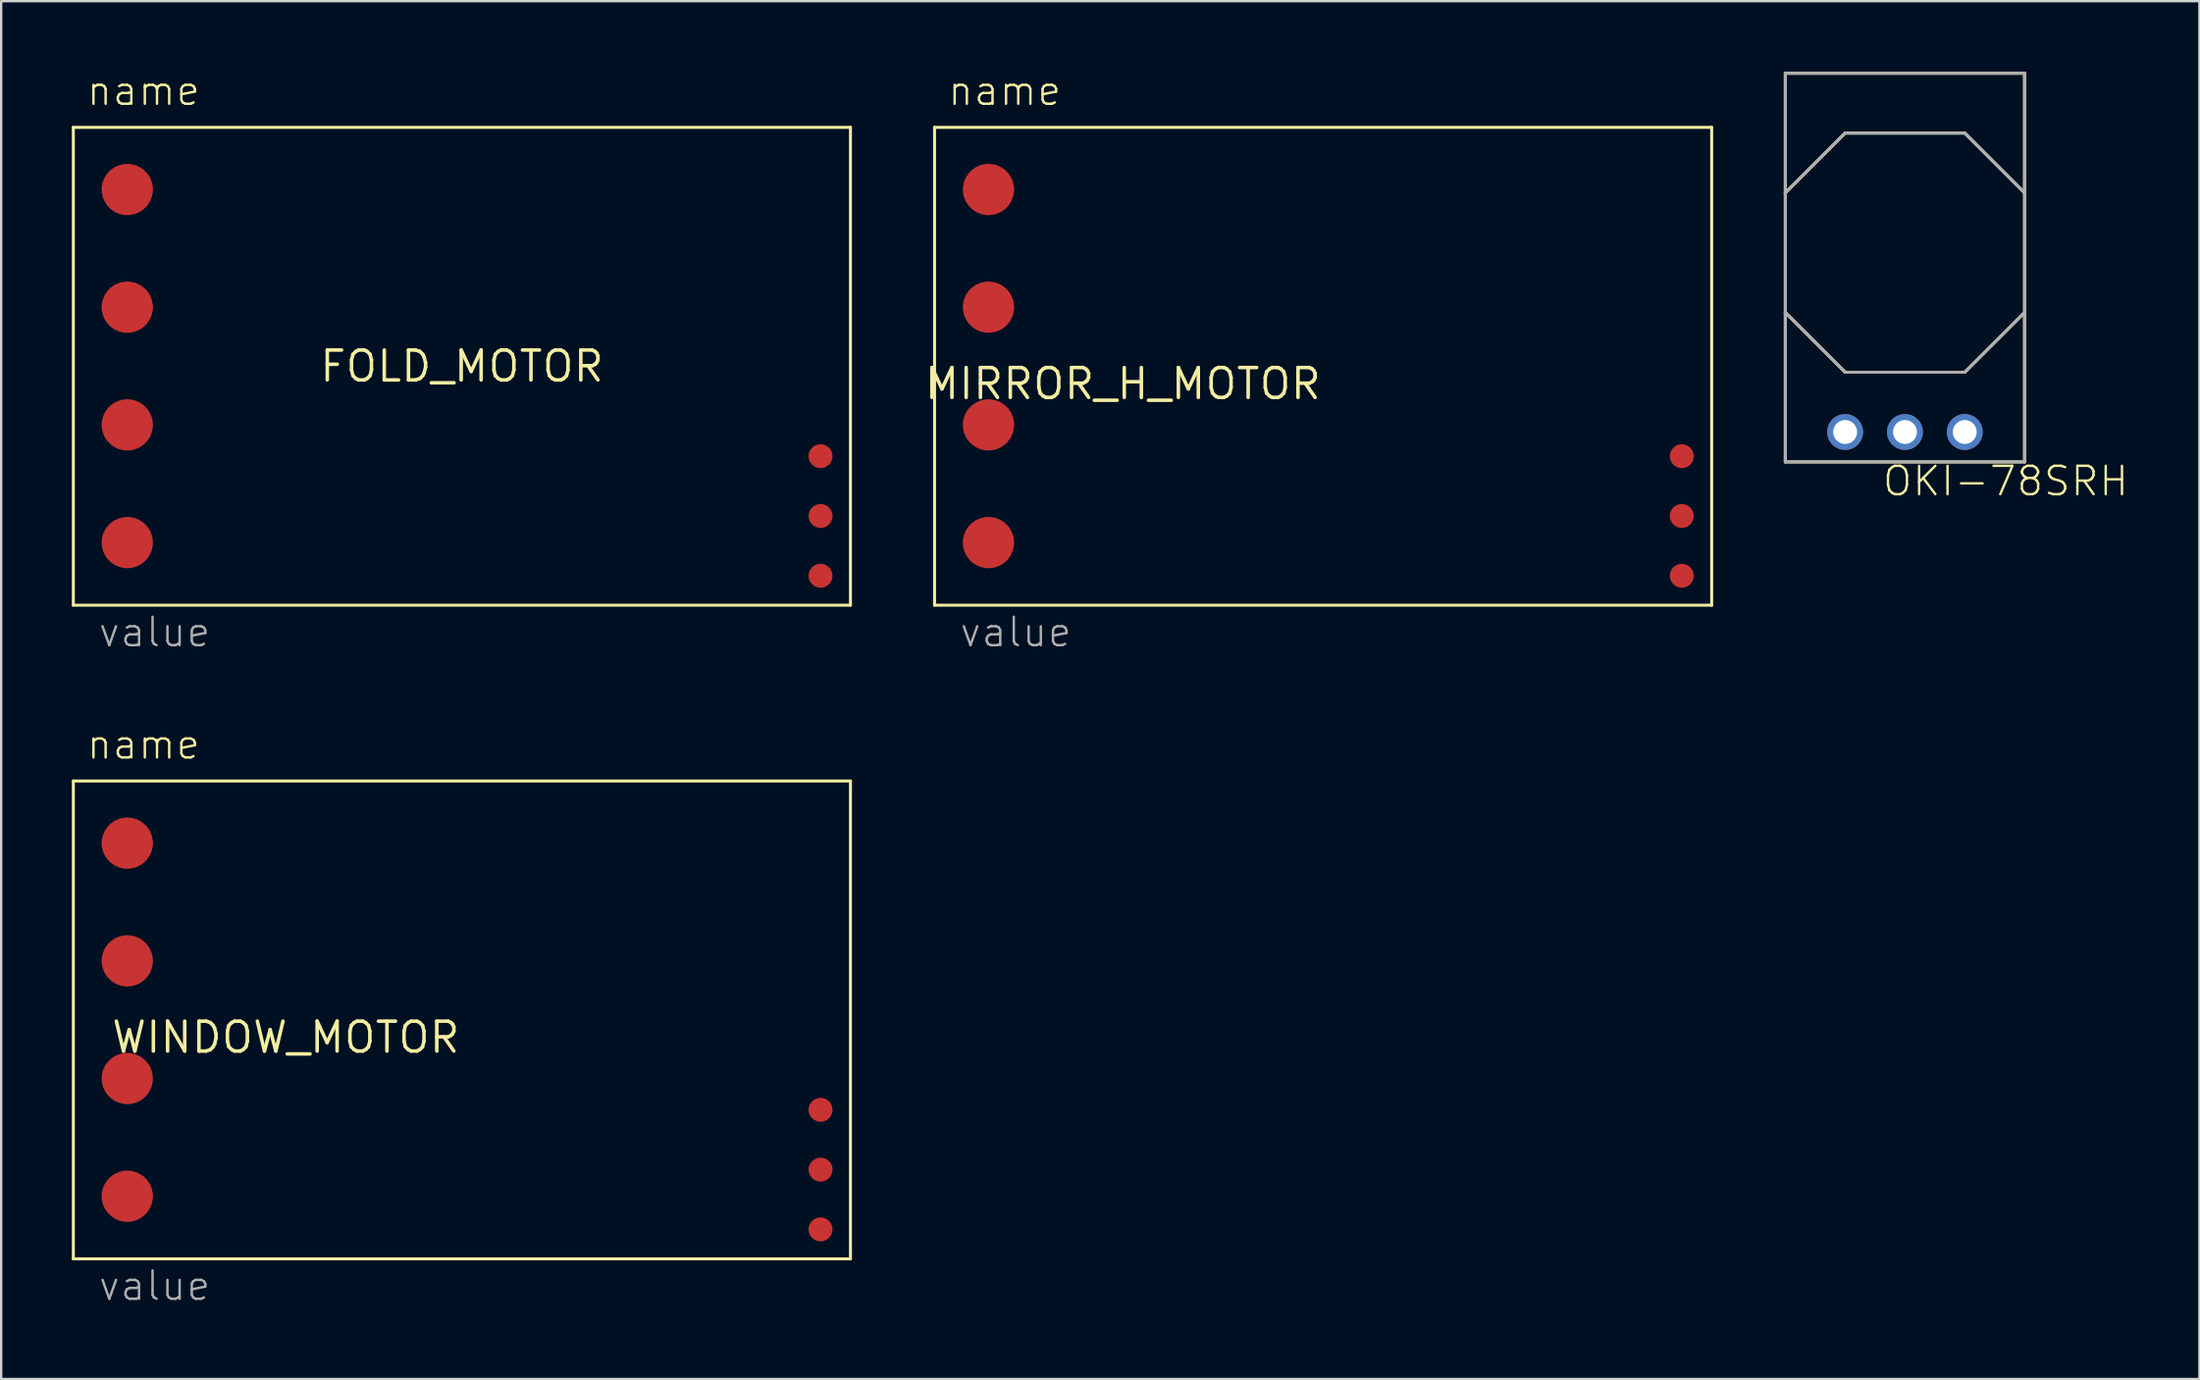
<source format=kicad_pcb>
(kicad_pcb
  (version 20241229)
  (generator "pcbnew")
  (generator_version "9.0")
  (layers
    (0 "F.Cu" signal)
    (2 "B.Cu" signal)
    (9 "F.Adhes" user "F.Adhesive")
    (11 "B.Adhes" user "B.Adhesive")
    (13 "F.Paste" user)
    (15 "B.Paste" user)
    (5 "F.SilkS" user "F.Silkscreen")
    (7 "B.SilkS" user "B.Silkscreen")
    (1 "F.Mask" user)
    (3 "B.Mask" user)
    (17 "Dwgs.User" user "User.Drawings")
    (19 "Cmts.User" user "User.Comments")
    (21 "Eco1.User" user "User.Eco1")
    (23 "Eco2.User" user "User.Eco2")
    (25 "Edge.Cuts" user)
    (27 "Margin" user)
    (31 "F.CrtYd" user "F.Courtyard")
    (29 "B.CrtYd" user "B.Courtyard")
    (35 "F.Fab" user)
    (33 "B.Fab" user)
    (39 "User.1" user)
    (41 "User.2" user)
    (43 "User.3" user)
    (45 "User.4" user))
  (footprint "WINDOW_MOTOR"
    (layer "F.Cu")
    (at 16.564 40.28)
    (property "Reference" "WINDOW_MOTOR" (at 0 0 0) (layer "F.SilkS") (effects (font (size 1.27 1.27) (thickness 0.15)) (justify right top)))
    (attr through_hole)
    (fp_line (start -16.5 -10.15) (end 16.5 -10.15) (stroke (width 0.127) (type solid)) (layer "F.SilkS"))
    (fp_line (start -16.5 10.15) (end -16.5 -10.15) (stroke (width 0.127) (type solid)) (layer "F.SilkS"))
    (fp_line (start 16.5 -10.15) (end 16.5 10.15) (stroke (width 0.127) (type solid)) (layer "F.SilkS"))
    (fp_line (start 16.5 10.15) (end -16.5 10.15) (stroke (width 0.127) (type solid)) (layer "F.SilkS"))
    (fp_text user "name" (at -16 -11 0) (layer "F.SilkS") (effects (font (size 1.206 1.206) (thickness 0.102)) (justify left bottom)))
    (fp_text user "value" (at -15.5 12 0) (layer "F.Fab") (effects (font (size 1.206 1.206) (thickness 0.102)) (justify left bottom)))
    (pad "DIR" smd roundrect (at 15.23 6.36) (size 1.02 1.02) (layers "F.Cu" "F.Mask" "F.Paste") (roundrect_rratio 0.5))
    (pad "GND" smd roundrect (at -14.21 7.49) (size 2.18 2.18) (layers "F.Cu" "F.Mask" "F.Paste") (roundrect_rratio 0.5))
    (pad "LGND" smd roundrect (at 15.23 8.9) (size 1.02 1.02) (layers "F.Cu" "F.Mask" "F.Paste") (roundrect_rratio 0.5))
    (pad "OUTA" smd roundrect (at -14.21 -2.51) (size 2.18 2.18) (layers "F.Cu" "F.Mask" "F.Paste") (roundrect_rratio 0.5))
    (pad "OUTB" smd roundrect (at -14.21 2.49) (size 2.18 2.18) (layers "F.Cu" "F.Mask" "F.Paste") (roundrect_rratio 0.5))
    (pad "PWM" smd roundrect (at 15.23 3.82) (size 1.02 1.02) (layers "F.Cu" "F.Mask" "F.Paste") (roundrect_rratio 0.5))
    (pad "VIN" smd roundrect (at -14.21 -7.51) (size 2.18 2.18) (layers "F.Cu" "F.Mask" "F.Paste") (roundrect_rratio 0.5)))
  (footprint "OKI-78SRH"
    (layer "F.Cu")
    (at 77.842 15.303)
    (property "Reference" "OKI-78SRH" (at -1.016 2.794 0) (layer "F.SilkS") (effects (font (size 1.206 1.206) (thickness 0.102)) (justify left bottom)))
    (attr through_hole)
    (fp_line (start -5.08 -15.24) (end 5.08 -15.24) (stroke (width 0.127) (type solid)) (layer "F.SilkS"))
    (fp_line (start -5.08 -10.16) (end -5.08 -15.24) (stroke (width 0.127) (type solid)) (layer "F.SilkS"))
    (fp_line (start -5.08 -10.16) (end -2.54 -12.7) (stroke (width 0.127) (type solid)) (layer "F.SilkS"))
    (fp_line (start -5.08 -5.08) (end -5.08 -10.16) (stroke (width 0.127) (type solid)) (layer "F.SilkS"))
    (fp_line (start -5.08 1.27) (end -5.08 -5.08) (stroke (width 0.127) (type solid)) (layer "F.SilkS"))
    (fp_line (start -2.54 -12.7) (end 2.54 -12.7) (stroke (width 0.127) (type solid)) (layer "F.SilkS"))
    (fp_line (start -2.54 -2.54) (end -5.08 -5.08) (stroke (width 0.127) (type solid)) (layer "F.SilkS"))
    (fp_line (start 2.54 -12.7) (end 5.08 -10.16) (stroke (width 0.127) (type solid)) (layer "F.SilkS"))
    (fp_line (start 2.54 -2.54) (end -2.54 -2.54) (stroke (width 0.127) (type solid)) (layer "F.SilkS"))
    (fp_line (start 5.08 -15.24) (end 5.08 -10.16) (stroke (width 0.127) (type solid)) (layer "F.SilkS"))
    (fp_line (start 5.08 -10.16) (end 5.08 -5.08) (stroke (width 0.127) (type solid)) (layer "F.SilkS"))
    (fp_line (start 5.08 -5.08) (end 2.54 -2.54) (stroke (width 0.127) (type solid)) (layer "F.SilkS"))
    (fp_line (start 5.08 -5.08) (end 5.08 1.27) (stroke (width 0.127) (type solid)) (layer "F.SilkS"))
    (fp_line (start 5.08 1.27) (end -5.08 1.27) (stroke (width 0.127) (type solid)) (layer "F.SilkS"))
    (fp_line (start -5.08 -15.24) (end -5.08 -10.16) (stroke (width 0.127) (type solid)) (layer "F.Fab"))
    (fp_line (start -5.08 -10.16) (end -5.08 -5.08) (stroke (width 0.127) (type solid)) (layer "F.Fab"))
    (fp_line (start -5.08 -10.16) (end -2.54 -12.7) (stroke (width 0.127) (type solid)) (layer "F.Fab"))
    (fp_line (start -5.08 -5.08) (end -5.08 1.27) (stroke (width 0.127) (type solid)) (layer "F.Fab"))
    (fp_line (start -5.08 1.27) (end 5.08 1.27) (stroke (width 0.127) (type solid)) (layer "F.Fab"))
    (fp_line (start -2.54 -12.7) (end 2.54 -12.7) (stroke (width 0.127) (type solid)) (layer "F.Fab"))
    (fp_line (start -2.54 -2.54) (end -5.08 -5.08) (stroke (width 0.127) (type solid)) (layer "F.Fab"))
    (fp_line (start 2.54 -12.7) (end 5.08 -10.16) (stroke (width 0.127) (type solid)) (layer "F.Fab"))
    (fp_line (start 2.54 -2.54) (end -2.54 -2.54) (stroke (width 0.127) (type solid)) (layer "F.Fab"))
    (fp_line (start 5.08 -15.24) (end -5.08 -15.24) (stroke (width 0.127) (type solid)) (layer "F.Fab"))
    (fp_line (start 5.08 -10.16) (end 5.08 -15.24) (stroke (width 0.127) (type solid)) (layer "F.Fab"))
    (fp_line (start 5.08 -10.16) (end 5.08 -5.08) (stroke (width 0.127) (type solid)) (layer "F.Fab"))
    (fp_line (start 5.08 -5.08) (end 2.54 -2.54) (stroke (width 0.127) (type solid)) (layer "F.Fab"))
    (fp_line (start 5.08 1.27) (end 5.08 -5.08) (stroke (width 0.127) (type solid)) (layer "F.Fab"))
    (pad "1" thru_hole circle (at 2.54 0) (size 1.524 1.524) (drill 1.016) (layers "*.Cu" "*.Mask"))
    (pad "2" thru_hole circle (at 0 0) (size 1.524 1.524) (drill 1.016) (layers "*.Cu" "*.Mask"))
    (pad "3" thru_hole circle (at -2.54 0) (size 1.524 1.524) (drill 1.016) (layers "*.Cu" "*.Mask")))
  (footprint "MIRROR_H_MOTOR"
    (layer "F.Cu")
    (at 53.135 12.511)
    (property "Reference" "MIRROR_H_MOTOR" (at 0 0 0) (layer "F.SilkS") (effects (font (size 1.27 1.27) (thickness 0.15)) (justify right top)))
    (attr through_hole)
    (fp_line (start -16.5 -10.15) (end 16.5 -10.15) (stroke (width 0.127) (type solid)) (layer "F.SilkS"))
    (fp_line (start -16.5 10.15) (end -16.5 -10.15) (stroke (width 0.127) (type solid)) (layer "F.SilkS"))
    (fp_line (start 16.5 -10.15) (end 16.5 10.15) (stroke (width 0.127) (type solid)) (layer "F.SilkS"))
    (fp_line (start 16.5 10.15) (end -16.5 10.15) (stroke (width 0.127) (type solid)) (layer "F.SilkS"))
    (fp_text user "name" (at -16 -11 0) (layer "F.SilkS") (effects (font (size 1.206 1.206) (thickness 0.102)) (justify left bottom)))
    (fp_text user "value" (at -15.5 12 0) (layer "F.Fab") (effects (font (size 1.206 1.206) (thickness 0.102)) (justify left bottom)))
    (pad "DIR" smd roundrect (at 15.23 6.36) (size 1.02 1.02) (layers "F.Cu" "F.Mask" "F.Paste") (roundrect_rratio 0.5))
    (pad "GND" smd roundrect (at -14.21 7.49) (size 2.18 2.18) (layers "F.Cu" "F.Mask" "F.Paste") (roundrect_rratio 0.5))
    (pad "LGND" smd roundrect (at 15.23 8.9) (size 1.02 1.02) (layers "F.Cu" "F.Mask" "F.Paste") (roundrect_rratio 0.5))
    (pad "OUTA" smd roundrect (at -14.21 -2.51) (size 2.18 2.18) (layers "F.Cu" "F.Mask" "F.Paste") (roundrect_rratio 0.5))
    (pad "OUTB" smd roundrect (at -14.21 2.49) (size 2.18 2.18) (layers "F.Cu" "F.Mask" "F.Paste") (roundrect_rratio 0.5))
    (pad "PWM" smd roundrect (at 15.23 3.82) (size 1.02 1.02) (layers "F.Cu" "F.Mask" "F.Paste") (roundrect_rratio 0.5))
    (pad "VIN" smd roundrect (at -14.21 -7.51) (size 2.18 2.18) (layers "F.Cu" "F.Mask" "F.Paste") (roundrect_rratio 0.5)))
  (footprint "FOLD_MOTOR"
    (layer "F.Cu")
    (at 16.564 12.511)
    (property "Reference" "FOLD_MOTOR" (at 0 0 0) (layer "F.SilkS") (effects (font (size 1.27 1.27) (thickness 0.15))))
    (attr through_hole)
    (fp_line (start -16.5 -10.15) (end 16.5 -10.15) (stroke (width 0.127) (type solid)) (layer "F.SilkS"))
    (fp_line (start -16.5 10.15) (end -16.5 -10.15) (stroke (width 0.127) (type solid)) (layer "F.SilkS"))
    (fp_line (start 16.5 -10.15) (end 16.5 10.15) (stroke (width 0.127) (type solid)) (layer "F.SilkS"))
    (fp_line (start 16.5 10.15) (end -16.5 10.15) (stroke (width 0.127) (type solid)) (layer "F.SilkS"))
    (fp_text user "name" (at -16 -11 0) (layer "F.SilkS") (effects (font (size 1.206 1.206) (thickness 0.102)) (justify left bottom)))
    (fp_text user "value" (at -15.5 12 0) (layer "F.Fab") (effects (font (size 1.206 1.206) (thickness 0.102)) (justify left bottom)))
    (pad "DIR" smd roundrect (at 15.23 6.36) (size 1.02 1.02) (layers "F.Cu" "F.Mask" "F.Paste") (roundrect_rratio 0.5))
    (pad "GND" smd roundrect (at -14.21 7.49) (size 2.18 2.18) (layers "F.Cu" "F.Mask" "F.Paste") (roundrect_rratio 0.5))
    (pad "LGND" smd roundrect (at 15.23 8.9) (size 1.02 1.02) (layers "F.Cu" "F.Mask" "F.Paste") (roundrect_rratio 0.5))
    (pad "OUTA" smd roundrect (at -14.21 -2.51) (size 2.18 2.18) (layers "F.Cu" "F.Mask" "F.Paste") (roundrect_rratio 0.5))
    (pad "OUTB" smd roundrect (at -14.21 2.49) (size 2.18 2.18) (layers "F.Cu" "F.Mask" "F.Paste") (roundrect_rratio 0.5))
    (pad "PWM" smd roundrect (at 15.23 3.82) (size 1.02 1.02) (layers "F.Cu" "F.Mask" "F.Paste") (roundrect_rratio 0.5))
    (pad "VIN" smd roundrect (at -14.21 -7.51) (size 2.18 2.18) (layers "F.Cu" "F.Mask" "F.Paste") (roundrect_rratio 0.5)))
  (gr_rect
    (start -3 -3)
    (end 90.346 55.536)
    (stroke (width 0.1) (type default))
    (fill no)
    (layer "Edge.Cuts")))
</source>
